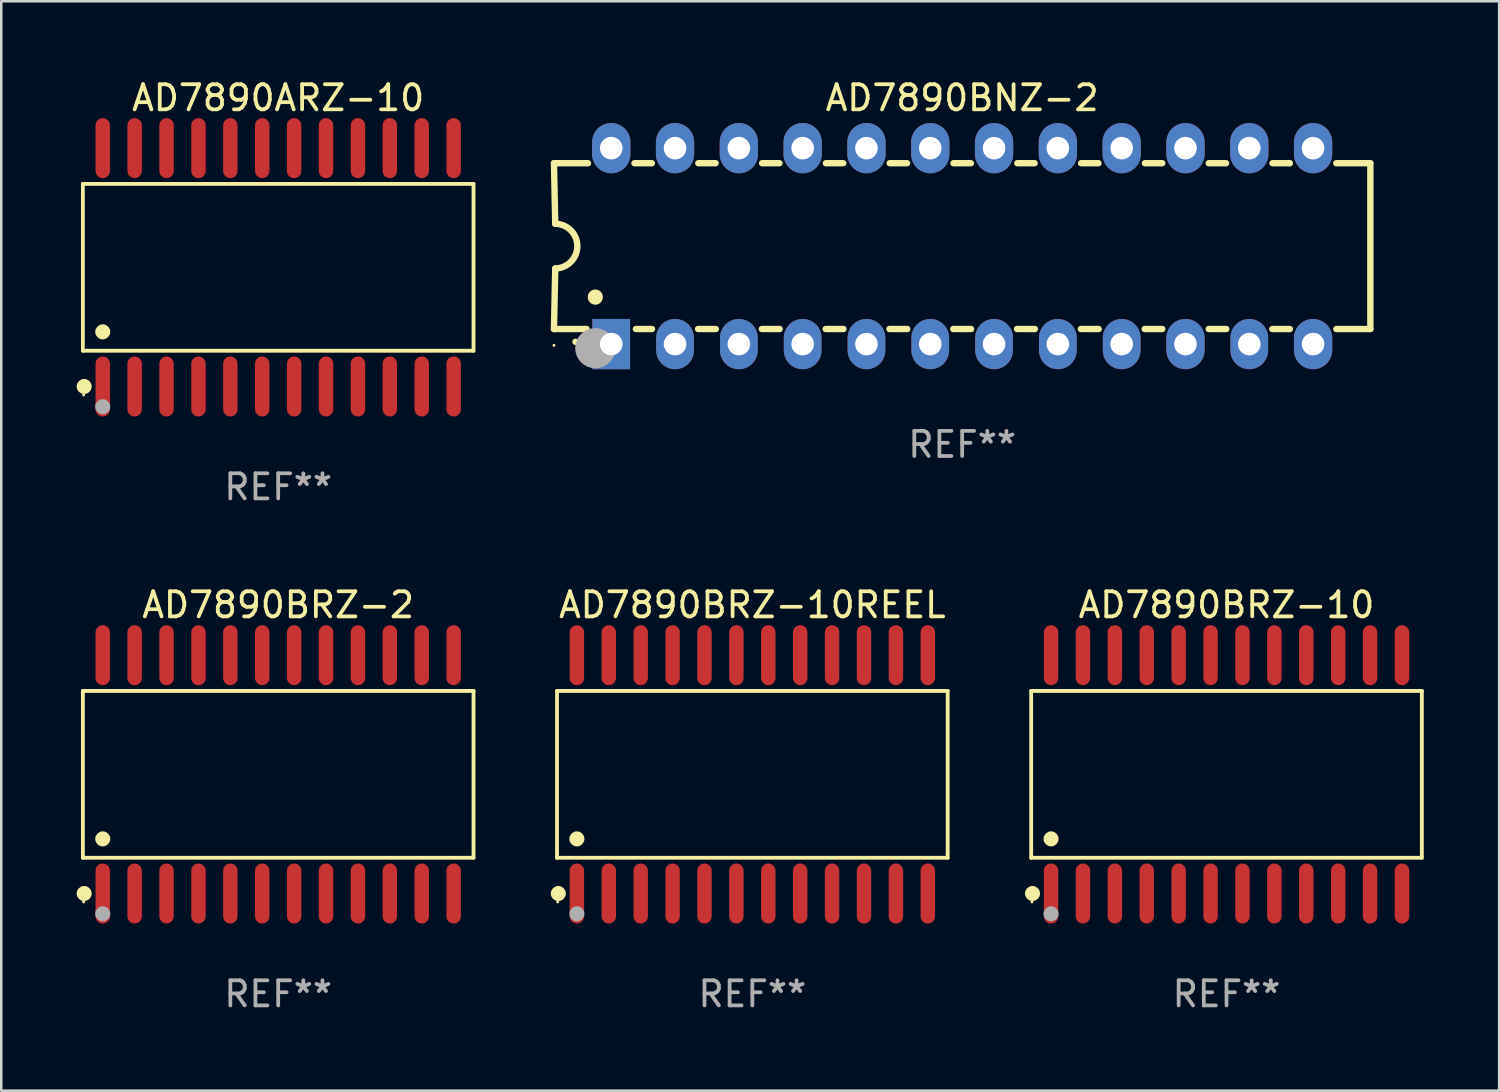
<source format=kicad_pcb>
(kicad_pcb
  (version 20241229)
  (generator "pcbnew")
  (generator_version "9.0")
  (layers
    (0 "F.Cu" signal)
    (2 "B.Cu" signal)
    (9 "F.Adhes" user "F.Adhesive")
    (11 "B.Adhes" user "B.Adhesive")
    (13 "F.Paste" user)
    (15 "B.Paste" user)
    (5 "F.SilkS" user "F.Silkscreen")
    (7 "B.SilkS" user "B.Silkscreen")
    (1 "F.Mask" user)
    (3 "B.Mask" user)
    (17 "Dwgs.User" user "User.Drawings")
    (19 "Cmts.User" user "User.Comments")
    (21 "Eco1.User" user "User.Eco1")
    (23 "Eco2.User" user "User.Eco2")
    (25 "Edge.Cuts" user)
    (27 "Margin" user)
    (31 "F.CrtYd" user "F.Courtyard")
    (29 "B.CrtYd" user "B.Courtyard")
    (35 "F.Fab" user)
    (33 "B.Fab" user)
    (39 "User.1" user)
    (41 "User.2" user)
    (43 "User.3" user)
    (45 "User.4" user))
  (footprint "AD7890ARZ-10"
    (layer "F.Cu")
    (at 8.025 7.592)
    (property "Reference" "AD7890ARZ-10" (at 0 -6.744 0) (layer "F.SilkS") (effects (font (size 1 1) (thickness 0.15))))
    (attr through_hole)
    (fp_line (start -7.776 -3.321) (end 7.776 -3.321) (stroke (width 0.152) (type solid)) (layer "F.SilkS"))
    (fp_line (start -7.776 3.321) (end -7.776 -3.321) (stroke (width 0.152) (type solid)) (layer "F.SilkS"))
    (fp_line (start 7.776 -3.321) (end 7.776 3.321) (stroke (width 0.152) (type solid)) (layer "F.SilkS"))
    (fp_line (start 7.776 3.321) (end -7.776 3.321) (stroke (width 0.152) (type solid)) (layer "F.SilkS"))
    (fp_circle (center -7.747 5.08) (end -7.717 5.08) (stroke (width 0.06) (type solid)) (fill no) (layer "F.SilkS"))
    (fp_circle (center -7.724 4.744) (end -7.574 4.744) (stroke (width 0.3) (type solid)) (fill no) (layer "F.SilkS"))
    (fp_circle (center -6.985 2.569) (end -6.835 2.569) (stroke (width 0.3) (type solid)) (fill no) (layer "F.SilkS"))
    (fp_circle (center -6.985 5.55) (end -6.835 5.55) (stroke (width 0.3) (type solid)) (fill no) (layer "F.Fab"))
    (fp_text user "REF**" (at 0 8.744 0) (layer "F.Fab") (effects (font (size 1 1) (thickness 0.15))))
    (pad "1" smd oval (at -6.985 4.744) (size 0.574 2.388) (layers "F.Cu" "F.Mask" "F.Paste"))
    (pad "2" smd oval (at -5.715 4.744) (size 0.574 2.388) (layers "F.Cu" "F.Mask" "F.Paste"))
    (pad "3" smd oval (at -4.445 4.744) (size 0.574 2.388) (layers "F.Cu" "F.Mask" "F.Paste"))
    (pad "4" smd oval (at -3.175 4.744) (size 0.574 2.388) (layers "F.Cu" "F.Mask" "F.Paste"))
    (pad "5" smd oval (at -1.905 4.744) (size 0.574 2.388) (layers "F.Cu" "F.Mask" "F.Paste"))
    (pad "6" smd oval (at -0.635 4.744) (size 0.574 2.388) (layers "F.Cu" "F.Mask" "F.Paste"))
    (pad "7" smd oval (at 0.635 4.744) (size 0.574 2.388) (layers "F.Cu" "F.Mask" "F.Paste"))
    (pad "8" smd oval (at 1.905 4.744) (size 0.574 2.388) (layers "F.Cu" "F.Mask" "F.Paste"))
    (pad "9" smd oval (at 3.175 4.744) (size 0.574 2.388) (layers "F.Cu" "F.Mask" "F.Paste"))
    (pad "10" smd oval (at 4.445 4.744) (size 0.574 2.388) (layers "F.Cu" "F.Mask" "F.Paste"))
    (pad "11" smd oval (at 5.715 4.744) (size 0.574 2.388) (layers "F.Cu" "F.Mask" "F.Paste"))
    (pad "12" smd oval (at 6.985 4.744) (size 0.574 2.388) (layers "F.Cu" "F.Mask" "F.Paste"))
    (pad "13" smd oval (at 6.985 -4.744) (size 0.574 2.388) (layers "F.Cu" "F.Mask" "F.Paste"))
    (pad "14" smd oval (at 5.715 -4.744) (size 0.574 2.388) (layers "F.Cu" "F.Mask" "F.Paste"))
    (pad "15" smd oval (at 4.445 -4.744) (size 0.574 2.388) (layers "F.Cu" "F.Mask" "F.Paste"))
    (pad "16" smd oval (at 3.175 -4.744) (size 0.574 2.388) (layers "F.Cu" "F.Mask" "F.Paste"))
    (pad "17" smd oval (at 1.905 -4.744) (size 0.574 2.388) (layers "F.Cu" "F.Mask" "F.Paste"))
    (pad "18" smd oval (at 0.635 -4.744) (size 0.574 2.388) (layers "F.Cu" "F.Mask" "F.Paste"))
    (pad "19" smd oval (at -0.635 -4.744) (size 0.574 2.388) (layers "F.Cu" "F.Mask" "F.Paste"))
    (pad "20" smd oval (at -1.905 -4.744) (size 0.574 2.388) (layers "F.Cu" "F.Mask" "F.Paste"))
    (pad "21" smd oval (at -3.175 -4.744) (size 0.574 2.388) (layers "F.Cu" "F.Mask" "F.Paste"))
    (pad "22" smd oval (at -4.445 -4.744) (size 0.574 2.388) (layers "F.Cu" "F.Mask" "F.Paste"))
    (pad "23" smd oval (at -5.715 -4.744) (size 0.574 2.388) (layers "F.Cu" "F.Mask" "F.Paste"))
    (pad "24" smd oval (at -6.985 -4.744) (size 0.574 2.388) (layers "F.Cu" "F.Mask" "F.Paste")))
  (footprint "AD7890BRZ-10"
    (layer "F.Cu")
    (at 45.778 27.777)
    (property "Reference" "AD7890BRZ-10" (at 0 -6.744 0) (layer "F.SilkS") (effects (font (size 1 1) (thickness 0.15))))
    (attr through_hole)
    (fp_line (start -7.776 -3.321) (end 7.776 -3.321) (stroke (width 0.152) (type solid)) (layer "F.SilkS"))
    (fp_line (start -7.776 3.321) (end -7.776 -3.321) (stroke (width 0.152) (type solid)) (layer "F.SilkS"))
    (fp_line (start 7.776 -3.321) (end 7.776 3.321) (stroke (width 0.152) (type solid)) (layer "F.SilkS"))
    (fp_line (start 7.776 3.321) (end -7.776 3.321) (stroke (width 0.152) (type solid)) (layer "F.SilkS"))
    (fp_circle (center -7.747 5.08) (end -7.717 5.08) (stroke (width 0.06) (type solid)) (fill no) (layer "F.SilkS"))
    (fp_circle (center -7.724 4.744) (end -7.574 4.744) (stroke (width 0.3) (type solid)) (fill no) (layer "F.SilkS"))
    (fp_circle (center -6.985 2.569) (end -6.835 2.569) (stroke (width 0.3) (type solid)) (fill no) (layer "F.SilkS"))
    (fp_circle (center -6.985 5.55) (end -6.835 5.55) (stroke (width 0.3) (type solid)) (fill no) (layer "F.Fab"))
    (fp_text user "REF**" (at 0 8.744 0) (layer "F.Fab") (effects (font (size 1 1) (thickness 0.15))))
    (pad "1" smd oval (at -6.985 4.744) (size 0.574 2.388) (layers "F.Cu" "F.Mask" "F.Paste"))
    (pad "2" smd oval (at -5.715 4.744) (size 0.574 2.388) (layers "F.Cu" "F.Mask" "F.Paste"))
    (pad "3" smd oval (at -4.445 4.744) (size 0.574 2.388) (layers "F.Cu" "F.Mask" "F.Paste"))
    (pad "4" smd oval (at -3.175 4.744) (size 0.574 2.388) (layers "F.Cu" "F.Mask" "F.Paste"))
    (pad "5" smd oval (at -1.905 4.744) (size 0.574 2.388) (layers "F.Cu" "F.Mask" "F.Paste"))
    (pad "6" smd oval (at -0.635 4.744) (size 0.574 2.388) (layers "F.Cu" "F.Mask" "F.Paste"))
    (pad "7" smd oval (at 0.635 4.744) (size 0.574 2.388) (layers "F.Cu" "F.Mask" "F.Paste"))
    (pad "8" smd oval (at 1.905 4.744) (size 0.574 2.388) (layers "F.Cu" "F.Mask" "F.Paste"))
    (pad "9" smd oval (at 3.175 4.744) (size 0.574 2.388) (layers "F.Cu" "F.Mask" "F.Paste"))
    (pad "10" smd oval (at 4.445 4.744) (size 0.574 2.388) (layers "F.Cu" "F.Mask" "F.Paste"))
    (pad "11" smd oval (at 5.715 4.744) (size 0.574 2.388) (layers "F.Cu" "F.Mask" "F.Paste"))
    (pad "12" smd oval (at 6.985 4.744) (size 0.574 2.388) (layers "F.Cu" "F.Mask" "F.Paste"))
    (pad "13" smd oval (at 6.985 -4.744) (size 0.574 2.388) (layers "F.Cu" "F.Mask" "F.Paste"))
    (pad "14" smd oval (at 5.715 -4.744) (size 0.574 2.388) (layers "F.Cu" "F.Mask" "F.Paste"))
    (pad "15" smd oval (at 4.445 -4.744) (size 0.574 2.388) (layers "F.Cu" "F.Mask" "F.Paste"))
    (pad "16" smd oval (at 3.175 -4.744) (size 0.574 2.388) (layers "F.Cu" "F.Mask" "F.Paste"))
    (pad "17" smd oval (at 1.905 -4.744) (size 0.574 2.388) (layers "F.Cu" "F.Mask" "F.Paste"))
    (pad "18" smd oval (at 0.635 -4.744) (size 0.574 2.388) (layers "F.Cu" "F.Mask" "F.Paste"))
    (pad "19" smd oval (at -0.635 -4.744) (size 0.574 2.388) (layers "F.Cu" "F.Mask" "F.Paste"))
    (pad "20" smd oval (at -1.905 -4.744) (size 0.574 2.388) (layers "F.Cu" "F.Mask" "F.Paste"))
    (pad "21" smd oval (at -3.175 -4.744) (size 0.574 2.388) (layers "F.Cu" "F.Mask" "F.Paste"))
    (pad "22" smd oval (at -4.445 -4.744) (size 0.574 2.388) (layers "F.Cu" "F.Mask" "F.Paste"))
    (pad "23" smd oval (at -5.715 -4.744) (size 0.574 2.388) (layers "F.Cu" "F.Mask" "F.Paste"))
    (pad "24" smd oval (at -6.985 -4.744) (size 0.574 2.388) (layers "F.Cu" "F.Mask" "F.Paste")))
  (footprint "AD7890BNZ-2"
    (layer "F.Cu")
    (at 35.254 6.748)
    (property "Reference" "AD7890BNZ-2" (at 0 -5.9 0) (layer "F.SilkS") (effects (font (size 1 1) (thickness 0.15))))
    (attr through_hole)
    (fp_line (start -16.25 -3.3) (end -16.2 -0.889) (stroke (width 0.254) (type solid)) (layer "F.SilkS"))
    (fp_line (start -16.25 -3.3) (end -14.895 -3.3) (stroke (width 0.254) (type solid)) (layer "F.SilkS"))
    (fp_line (start -16.25 3.3) (end -16.2 0.889) (stroke (width 0.254) (type solid)) (layer "F.SilkS"))
    (fp_line (start -16.25 3.3) (end -14.951 3.3) (stroke (width 0.254) (type solid)) (layer "F.SilkS"))
    (fp_line (start -13.045 -3.3) (end -12.355 -3.3) (stroke (width 0.254) (type solid)) (layer "F.SilkS"))
    (fp_line (start -12.989 3.3) (end -12.347 3.3) (stroke (width 0.254) (type solid)) (layer "F.SilkS"))
    (fp_line (start -10.514 3.3) (end -9.807 3.3) (stroke (width 0.254) (type solid)) (layer "F.SilkS"))
    (fp_line (start -10.505 -3.3) (end -9.815 -3.3) (stroke (width 0.254) (type solid)) (layer "F.SilkS"))
    (fp_line (start -7.974 3.3) (end -7.267 3.3) (stroke (width 0.254) (type solid)) (layer "F.SilkS"))
    (fp_line (start -7.965 -3.3) (end -7.275 -3.3) (stroke (width 0.254) (type solid)) (layer "F.SilkS"))
    (fp_line (start -5.434 3.3) (end -4.727 3.3) (stroke (width 0.254) (type solid)) (layer "F.SilkS"))
    (fp_line (start -5.425 -3.3) (end -4.735 -3.3) (stroke (width 0.254) (type solid)) (layer "F.SilkS"))
    (fp_line (start -2.894 3.3) (end -2.187 3.3) (stroke (width 0.254) (type solid)) (layer "F.SilkS"))
    (fp_line (start -2.885 -3.3) (end -2.195 -3.3) (stroke (width 0.254) (type solid)) (layer "F.SilkS"))
    (fp_line (start -0.354 3.3) (end 0.353 3.3) (stroke (width 0.254) (type solid)) (layer "F.SilkS"))
    (fp_line (start -0.345 -3.3) (end 0.345 -3.3) (stroke (width 0.254) (type solid)) (layer "F.SilkS"))
    (fp_line (start 2.186 3.3) (end 2.893 3.3) (stroke (width 0.254) (type solid)) (layer "F.SilkS"))
    (fp_line (start 2.195 -3.3) (end 2.885 -3.3) (stroke (width 0.254) (type solid)) (layer "F.SilkS"))
    (fp_line (start 4.726 3.3) (end 5.434 3.3) (stroke (width 0.254) (type solid)) (layer "F.SilkS"))
    (fp_line (start 4.735 -3.3) (end 5.425 -3.3) (stroke (width 0.254) (type solid)) (layer "F.SilkS"))
    (fp_line (start 7.266 3.3) (end 7.965 3.3) (stroke (width 0.254) (type solid)) (layer "F.SilkS"))
    (fp_line (start 7.275 -3.3) (end 7.965 -3.3) (stroke (width 0.254) (type solid)) (layer "F.SilkS"))
    (fp_line (start 9.815 -3.3) (end 10.505 -3.3) (stroke (width 0.254) (type solid)) (layer "F.SilkS"))
    (fp_line (start 9.815 3.3) (end 10.514 3.3) (stroke (width 0.254) (type solid)) (layer "F.SilkS"))
    (fp_line (start 12.346 3.3) (end 13.045 3.3) (stroke (width 0.254) (type solid)) (layer "F.SilkS"))
    (fp_line (start 12.355 -3.3) (end 13.045 -3.3) (stroke (width 0.254) (type solid)) (layer "F.SilkS"))
    (fp_line (start 16.25 -3.3) (end 14.895 -3.3) (stroke (width 0.254) (type solid)) (layer "F.SilkS"))
    (fp_line (start 16.25 -3.3) (end 16.25 3.3) (stroke (width 0.254) (type solid)) (layer "F.SilkS"))
    (fp_line (start 16.25 3.3) (end 14.895 3.3) (stroke (width 0.254) (type solid)) (layer "F.SilkS"))
    (fp_arc (start -16.201016 -0.890146) (mid -15.311429 -0.001055) (end -16.200025 0.889027) (stroke (width 0.254001) (type solid)) (layer "F.SilkS"))
    (fp_arc (start -15.394971 3.810033) (mid -15.394978 3.808763) (end -15.394971 3.807493) (stroke (width 0.25) (type solid)) (layer "F.SilkS"))
    (fp_arc (start -14.605029 2.032029) (mid -14.60504 2.029489) (end -14.605029 2.026949) (stroke (width 0.6) (type solid)) (layer "F.SilkS"))
    (fp_circle (center -16.25 3.95) (end -16.22 3.95) (stroke (width 0.06) (type solid)) (fill no) (layer "F.SilkS"))
    (fp_circle (center -14.605 4.064) (end -14.205 4.064) (stroke (width 0.8) (type solid)) (fill no) (layer "F.Fab"))
    (fp_text user "REF**" (at 0 7.9 0) (layer "F.Fab") (effects (font (size 1 1) (thickness 0.15))))
    (pad "1" thru_hole rect (at -13.97 3.9 90) (size 2 1.5) (drill 0.9) (layers "*.Cu" "*.Mask"))
    (pad "2" thru_hole oval (at -11.43 3.9 90) (size 2 1.5) (drill 0.9) (layers "*.Cu" "*.Mask"))
    (pad "3" thru_hole oval (at -8.89 3.9 90) (size 2 1.5) (drill 0.9) (layers "*.Cu" "*.Mask"))
    (pad "4" thru_hole oval (at -6.35 3.9 90) (size 2 1.5) (drill 0.9) (layers "*.Cu" "*.Mask"))
    (pad "5" thru_hole oval (at -3.81 3.9 90) (size 2 1.5) (drill 0.9) (layers "*.Cu" "*.Mask"))
    (pad "6" thru_hole oval (at -1.27 3.9 90) (size 2 1.5) (drill 0.9) (layers "*.Cu" "*.Mask"))
    (pad "7" thru_hole oval (at 1.27 3.9 90) (size 2 1.5) (drill 0.9) (layers "*.Cu" "*.Mask"))
    (pad "8" thru_hole oval (at 3.81 3.9 90) (size 2 1.5) (drill 0.9) (layers "*.Cu" "*.Mask"))
    (pad "9" thru_hole oval (at 6.35 3.9 90) (size 2 1.5) (drill 0.9) (layers "*.Cu" "*.Mask"))
    (pad "10" thru_hole oval (at 8.89 3.9 90) (size 2 1.524) (drill 0.9) (layers "*.Cu" "*.Mask"))
    (pad "11" thru_hole oval (at 11.43 3.9 90) (size 2 1.5) (drill 0.9) (layers "*.Cu" "*.Mask"))
    (pad "12" thru_hole oval (at 13.97 3.9 90) (size 2 1.524) (drill 0.9) (layers "*.Cu" "*.Mask"))
    (pad "13" thru_hole oval (at 13.97 -3.9 90) (size 2 1.524) (drill 0.9) (layers "*.Cu" "*.Mask"))
    (pad "14" thru_hole oval (at 11.43 -3.9 90) (size 2 1.524) (drill 0.9) (layers "*.Cu" "*.Mask"))
    (pad "15" thru_hole oval (at 8.89 -3.9 90) (size 2 1.524) (drill 0.9) (layers "*.Cu" "*.Mask"))
    (pad "16" thru_hole oval (at 6.35 -3.9 90) (size 2 1.524) (drill 0.9) (layers "*.Cu" "*.Mask"))
    (pad "17" thru_hole oval (at 3.81 -3.9 90) (size 2 1.524) (drill 0.9) (layers "*.Cu" "*.Mask"))
    (pad "18" thru_hole oval (at 1.27 -3.9 90) (size 2 1.524) (drill 0.9) (layers "*.Cu" "*.Mask"))
    (pad "19" thru_hole oval (at -1.27 -3.9 90) (size 2 1.524) (drill 0.9) (layers "*.Cu" "*.Mask"))
    (pad "20" thru_hole oval (at -3.81 -3.9 90) (size 2 1.524) (drill 0.9) (layers "*.Cu" "*.Mask"))
    (pad "21" thru_hole oval (at -6.35 -3.9 90) (size 2 1.524) (drill 0.9) (layers "*.Cu" "*.Mask"))
    (pad "22" thru_hole oval (at -8.89 -3.9 90) (size 2 1.524) (drill 0.9) (layers "*.Cu" "*.Mask"))
    (pad "23" thru_hole oval (at -11.43 -3.9 90) (size 2 1.524) (drill 0.9) (layers "*.Cu" "*.Mask"))
    (pad "24" thru_hole oval (at -13.97 -3.9 90) (size 2 1.524) (drill 0.9) (layers "*.Cu" "*.Mask")))
  (footprint "AD7890BRZ-10REEL"
    (layer "F.Cu")
    (at 26.901 27.777)
    (property "Reference" "AD7890BRZ-10REEL" (at 0 -6.744 0) (layer "F.SilkS") (effects (font (size 1 1) (thickness 0.15))))
    (attr through_hole)
    (fp_line (start -7.776 -3.321) (end 7.776 -3.321) (stroke (width 0.152) (type solid)) (layer "F.SilkS"))
    (fp_line (start -7.776 3.321) (end -7.776 -3.321) (stroke (width 0.152) (type solid)) (layer "F.SilkS"))
    (fp_line (start 7.776 -3.321) (end 7.776 3.321) (stroke (width 0.152) (type solid)) (layer "F.SilkS"))
    (fp_line (start 7.776 3.321) (end -7.776 3.321) (stroke (width 0.152) (type solid)) (layer "F.SilkS"))
    (fp_circle (center -7.747 5.08) (end -7.717 5.08) (stroke (width 0.06) (type solid)) (fill no) (layer "F.SilkS"))
    (fp_circle (center -7.724 4.744) (end -7.574 4.744) (stroke (width 0.3) (type solid)) (fill no) (layer "F.SilkS"))
    (fp_circle (center -6.985 2.569) (end -6.835 2.569) (stroke (width 0.3) (type solid)) (fill no) (layer "F.SilkS"))
    (fp_circle (center -6.985 5.55) (end -6.835 5.55) (stroke (width 0.3) (type solid)) (fill no) (layer "F.Fab"))
    (fp_text user "REF**" (at 0 8.744 0) (layer "F.Fab") (effects (font (size 1 1) (thickness 0.15))))
    (pad "1" smd oval (at -6.985 4.744) (size 0.574 2.388) (layers "F.Cu" "F.Mask" "F.Paste"))
    (pad "2" smd oval (at -5.715 4.744) (size 0.574 2.388) (layers "F.Cu" "F.Mask" "F.Paste"))
    (pad "3" smd oval (at -4.445 4.744) (size 0.574 2.388) (layers "F.Cu" "F.Mask" "F.Paste"))
    (pad "4" smd oval (at -3.175 4.744) (size 0.574 2.388) (layers "F.Cu" "F.Mask" "F.Paste"))
    (pad "5" smd oval (at -1.905 4.744) (size 0.574 2.388) (layers "F.Cu" "F.Mask" "F.Paste"))
    (pad "6" smd oval (at -0.635 4.744) (size 0.574 2.388) (layers "F.Cu" "F.Mask" "F.Paste"))
    (pad "7" smd oval (at 0.635 4.744) (size 0.574 2.388) (layers "F.Cu" "F.Mask" "F.Paste"))
    (pad "8" smd oval (at 1.905 4.744) (size 0.574 2.388) (layers "F.Cu" "F.Mask" "F.Paste"))
    (pad "9" smd oval (at 3.175 4.744) (size 0.574 2.388) (layers "F.Cu" "F.Mask" "F.Paste"))
    (pad "10" smd oval (at 4.445 4.744) (size 0.574 2.388) (layers "F.Cu" "F.Mask" "F.Paste"))
    (pad "11" smd oval (at 5.715 4.744) (size 0.574 2.388) (layers "F.Cu" "F.Mask" "F.Paste"))
    (pad "12" smd oval (at 6.985 4.744) (size 0.574 2.388) (layers "F.Cu" "F.Mask" "F.Paste"))
    (pad "13" smd oval (at 6.985 -4.744) (size 0.574 2.388) (layers "F.Cu" "F.Mask" "F.Paste"))
    (pad "14" smd oval (at 5.715 -4.744) (size 0.574 2.388) (layers "F.Cu" "F.Mask" "F.Paste"))
    (pad "15" smd oval (at 4.445 -4.744) (size 0.574 2.388) (layers "F.Cu" "F.Mask" "F.Paste"))
    (pad "16" smd oval (at 3.175 -4.744) (size 0.574 2.388) (layers "F.Cu" "F.Mask" "F.Paste"))
    (pad "17" smd oval (at 1.905 -4.744) (size 0.574 2.388) (layers "F.Cu" "F.Mask" "F.Paste"))
    (pad "18" smd oval (at 0.635 -4.744) (size 0.574 2.388) (layers "F.Cu" "F.Mask" "F.Paste"))
    (pad "19" smd oval (at -0.635 -4.744) (size 0.574 2.388) (layers "F.Cu" "F.Mask" "F.Paste"))
    (pad "20" smd oval (at -1.905 -4.744) (size 0.574 2.388) (layers "F.Cu" "F.Mask" "F.Paste"))
    (pad "21" smd oval (at -3.175 -4.744) (size 0.574 2.388) (layers "F.Cu" "F.Mask" "F.Paste"))
    (pad "22" smd oval (at -4.445 -4.744) (size 0.574 2.388) (layers "F.Cu" "F.Mask" "F.Paste"))
    (pad "23" smd oval (at -5.715 -4.744) (size 0.574 2.388) (layers "F.Cu" "F.Mask" "F.Paste"))
    (pad "24" smd oval (at -6.985 -4.744) (size 0.574 2.388) (layers "F.Cu" "F.Mask" "F.Paste")))
  (footprint "AD7890BRZ-2"
    (layer "F.Cu")
    (at 8.025 27.777)
    (property "Reference" "AD7890BRZ-2" (at 0 -6.744 0) (layer "F.SilkS") (effects (font (size 1 1) (thickness 0.15))))
    (attr through_hole)
    (fp_line (start -7.776 -3.321) (end 7.776 -3.321) (stroke (width 0.152) (type solid)) (layer "F.SilkS"))
    (fp_line (start -7.776 3.321) (end -7.776 -3.321) (stroke (width 0.152) (type solid)) (layer "F.SilkS"))
    (fp_line (start 7.776 -3.321) (end 7.776 3.321) (stroke (width 0.152) (type solid)) (layer "F.SilkS"))
    (fp_line (start 7.776 3.321) (end -7.776 3.321) (stroke (width 0.152) (type solid)) (layer "F.SilkS"))
    (fp_circle (center -7.747 5.08) (end -7.717 5.08) (stroke (width 0.06) (type solid)) (fill no) (layer "F.SilkS"))
    (fp_circle (center -7.724 4.744) (end -7.574 4.744) (stroke (width 0.3) (type solid)) (fill no) (layer "F.SilkS"))
    (fp_circle (center -6.985 2.569) (end -6.835 2.569) (stroke (width 0.3) (type solid)) (fill no) (layer "F.SilkS"))
    (fp_circle (center -6.985 5.55) (end -6.835 5.55) (stroke (width 0.3) (type solid)) (fill no) (layer "F.Fab"))
    (fp_text user "REF**" (at 0 8.744 0) (layer "F.Fab") (effects (font (size 1 1) (thickness 0.15))))
    (pad "1" smd oval (at -6.985 4.744) (size 0.574 2.388) (layers "F.Cu" "F.Mask" "F.Paste"))
    (pad "2" smd oval (at -5.715 4.744) (size 0.574 2.388) (layers "F.Cu" "F.Mask" "F.Paste"))
    (pad "3" smd oval (at -4.445 4.744) (size 0.574 2.388) (layers "F.Cu" "F.Mask" "F.Paste"))
    (pad "4" smd oval (at -3.175 4.744) (size 0.574 2.388) (layers "F.Cu" "F.Mask" "F.Paste"))
    (pad "5" smd oval (at -1.905 4.744) (size 0.574 2.388) (layers "F.Cu" "F.Mask" "F.Paste"))
    (pad "6" smd oval (at -0.635 4.744) (size 0.574 2.388) (layers "F.Cu" "F.Mask" "F.Paste"))
    (pad "7" smd oval (at 0.635 4.744) (size 0.574 2.388) (layers "F.Cu" "F.Mask" "F.Paste"))
    (pad "8" smd oval (at 1.905 4.744) (size 0.574 2.388) (layers "F.Cu" "F.Mask" "F.Paste"))
    (pad "9" smd oval (at 3.175 4.744) (size 0.574 2.388) (layers "F.Cu" "F.Mask" "F.Paste"))
    (pad "10" smd oval (at 4.445 4.744) (size 0.574 2.388) (layers "F.Cu" "F.Mask" "F.Paste"))
    (pad "11" smd oval (at 5.715 4.744) (size 0.574 2.388) (layers "F.Cu" "F.Mask" "F.Paste"))
    (pad "12" smd oval (at 6.985 4.744) (size 0.574 2.388) (layers "F.Cu" "F.Mask" "F.Paste"))
    (pad "13" smd oval (at 6.985 -4.744) (size 0.574 2.388) (layers "F.Cu" "F.Mask" "F.Paste"))
    (pad "14" smd oval (at 5.715 -4.744) (size 0.574 2.388) (layers "F.Cu" "F.Mask" "F.Paste"))
    (pad "15" smd oval (at 4.445 -4.744) (size 0.574 2.388) (layers "F.Cu" "F.Mask" "F.Paste"))
    (pad "16" smd oval (at 3.175 -4.744) (size 0.574 2.388) (layers "F.Cu" "F.Mask" "F.Paste"))
    (pad "17" smd oval (at 1.905 -4.744) (size 0.574 2.388) (layers "F.Cu" "F.Mask" "F.Paste"))
    (pad "18" smd oval (at 0.635 -4.744) (size 0.574 2.388) (layers "F.Cu" "F.Mask" "F.Paste"))
    (pad "19" smd oval (at -0.635 -4.744) (size 0.574 2.388) (layers "F.Cu" "F.Mask" "F.Paste"))
    (pad "20" smd oval (at -1.905 -4.744) (size 0.574 2.388) (layers "F.Cu" "F.Mask" "F.Paste"))
    (pad "21" smd oval (at -3.175 -4.744) (size 0.574 2.388) (layers "F.Cu" "F.Mask" "F.Paste"))
    (pad "22" smd oval (at -4.445 -4.744) (size 0.574 2.388) (layers "F.Cu" "F.Mask" "F.Paste"))
    (pad "23" smd oval (at -5.715 -4.744) (size 0.574 2.388) (layers "F.Cu" "F.Mask" "F.Paste"))
    (pad "24" smd oval (at -6.985 -4.744) (size 0.574 2.388) (layers "F.Cu" "F.Mask" "F.Paste")))
  (gr_rect
    (start -3 -3)
    (end 56.631 40.369)
    (stroke (width 0.1) (type default))
    (fill no)
    (layer "Edge.Cuts")))
</source>
